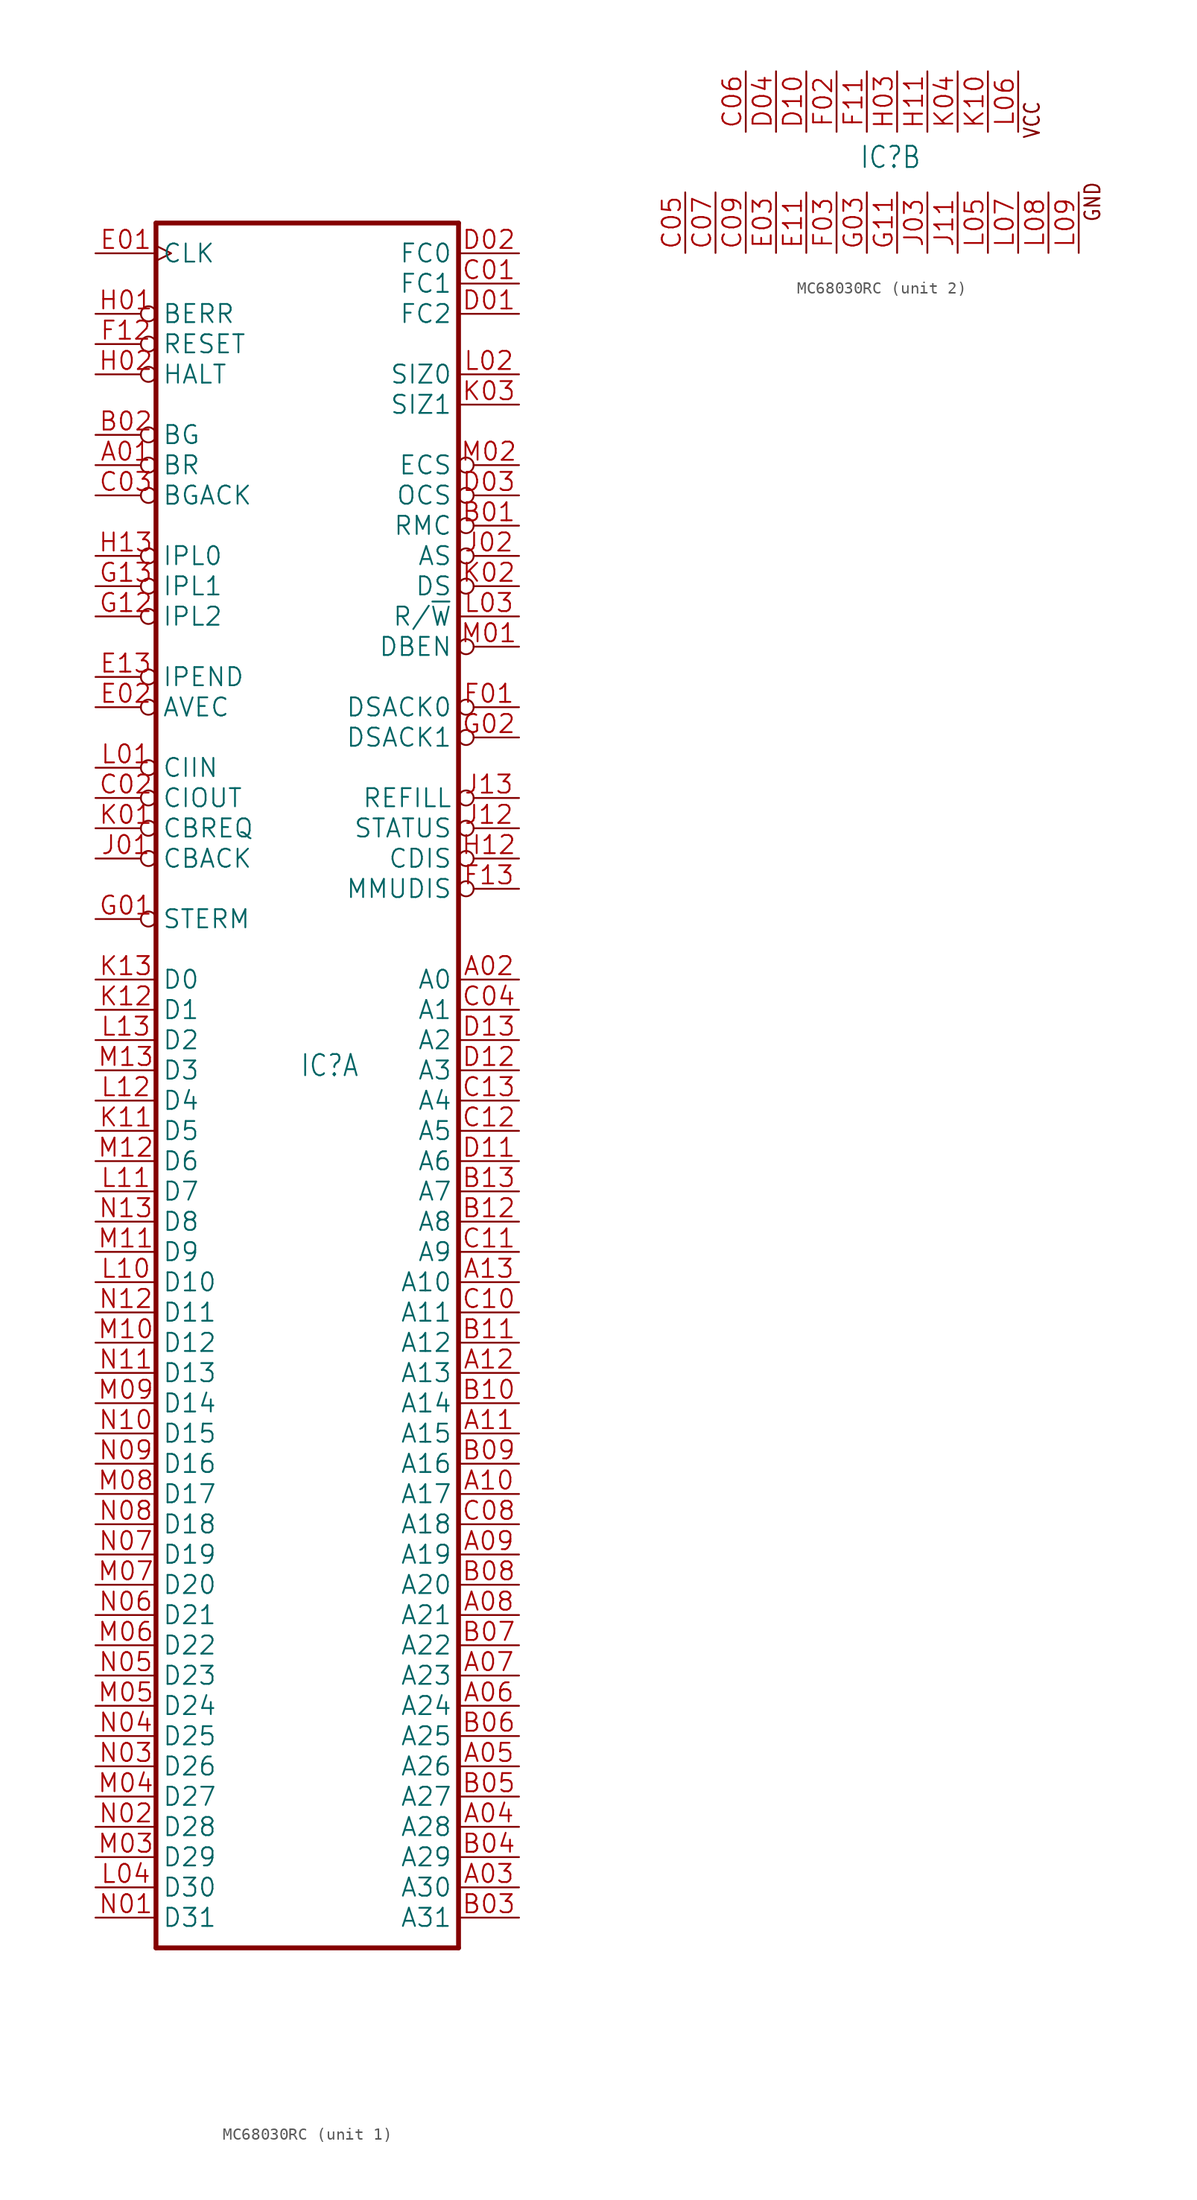
<source format=kicad_sym>
(kicad_symbol_lib
  (version 20241209)
  (generator "kicad_symbol_editor")
  (generator_version "9.0")
  (symbol "MC68030RC"
    (property "Reference" "IC"
      (at -0.635 -0.635 0)
      (effects (font (size 1.778 1.511)) (justify left bottom)))
    (property "ki_locked" ""
      (at 0 0 0)
      (effects (font (size 1.27 1.27))))
    (symbol "MC68030RC_1_0"
      (polyline (pts (xy -12.7 -73.66) (xy -12.7 71.12)) (stroke (width 0.406) (type solid)) (fill (type none)))
      (polyline (pts (xy -12.7 -73.66) (xy 12.7 -73.66)) (stroke (width 0.406) (type solid)) (fill (type none)))
      (polyline (pts (xy 12.7 71.12) (xy -12.7 71.12)) (stroke (width 0.406) (type solid)) (fill (type none)))
      (polyline (pts (xy 12.7 71.12) (xy 12.7 -73.66)) (stroke (width 0.406) (type solid)) (fill (type none)))
      (pin input clock (at -17.78 68.58 0) (length 5.08) (name "CLK" (effects (font (size 1.524 1.524)))) (number "E01" (effects (font (size 1.524 1.524)))))
      (pin input inverted (at -17.78 63.5 0) (length 5.08) (name "BERR" (effects (font (size 1.524 1.524)))) (number "H01" (effects (font (size 1.524 1.524)))))
      (pin bidirectional inverted (at -17.78 60.96 0) (length 5.08) (name "RESET" (effects (font (size 1.524 1.524)))) (number "F12" (effects (font (size 1.524 1.524)))))
      (pin input inverted (at -17.78 58.42 0) (length 5.08) (name "HALT" (effects (font (size 1.524 1.524)))) (number "H02" (effects (font (size 1.524 1.524)))))
      (pin output inverted (at -17.78 53.34 0) (length 5.08) (name "BG" (effects (font (size 1.524 1.524)))) (number "B02" (effects (font (size 1.524 1.524)))))
      (pin input inverted (at -17.78 50.8 0) (length 5.08) (name "BR" (effects (font (size 1.524 1.524)))) (number "A01" (effects (font (size 1.524 1.524)))))
      (pin input inverted (at -17.78 48.26 0) (length 5.08) (name "BGACK" (effects (font (size 1.524 1.524)))) (number "C03" (effects (font (size 1.524 1.524)))))
      (pin input inverted (at -17.78 43.18 0) (length 5.08) (name "IPL0" (effects (font (size 1.524 1.524)))) (number "H13" (effects (font (size 1.524 1.524)))))
      (pin input inverted (at -17.78 40.64 0) (length 5.08) (name "IPL1" (effects (font (size 1.524 1.524)))) (number "G13" (effects (font (size 1.524 1.524)))))
      (pin input inverted (at -17.78 38.1 0) (length 5.08) (name "IPL2" (effects (font (size 1.524 1.524)))) (number "G12" (effects (font (size 1.524 1.524)))))
      (pin output inverted (at -17.78 33.02 0) (length 5.08) (name "IPEND" (effects (font (size 1.524 1.524)))) (number "E13" (effects (font (size 1.524 1.524)))))
      (pin input inverted (at -17.78 30.48 0) (length 5.08) (name "AVEC" (effects (font (size 1.524 1.524)))) (number "E02" (effects (font (size 1.524 1.524)))))
      (pin input inverted (at -17.78 25.4 0) (length 5.08) (name "CIIN" (effects (font (size 1.524 1.524)))) (number "L01" (effects (font (size 1.524 1.524)))))
      (pin output inverted (at -17.78 22.86 0) (length 5.08) (name "CIOUT" (effects (font (size 1.524 1.524)))) (number "C02" (effects (font (size 1.524 1.524)))))
      (pin output inverted (at -17.78 20.32 0) (length 5.08) (name "CBREQ" (effects (font (size 1.524 1.524)))) (number "K01" (effects (font (size 1.524 1.524)))))
      (pin input inverted (at -17.78 17.78 0) (length 5.08) (name "CBACK" (effects (font (size 1.524 1.524)))) (number "J01" (effects (font (size 1.524 1.524)))))
      (pin input inverted (at -17.78 12.7 0) (length 5.08) (name "STERM" (effects (font (size 1.524 1.524)))) (number "G01" (effects (font (size 1.524 1.524)))))
      (pin bidirectional line (at -17.78 7.62 0) (length 5.08) (name "D0" (effects (font (size 1.524 1.524)))) (number "K13" (effects (font (size 1.524 1.524)))))
      (pin bidirectional line (at -17.78 5.08 0) (length 5.08) (name "D1" (effects (font (size 1.524 1.524)))) (number "K12" (effects (font (size 1.524 1.524)))))
      (pin bidirectional line (at -17.78 2.54 0) (length 5.08) (name "D2" (effects (font (size 1.524 1.524)))) (number "L13" (effects (font (size 1.524 1.524)))))
      (pin bidirectional line (at -17.78 0 0) (length 5.08) (name "D3" (effects (font (size 1.524 1.524)))) (number "M13" (effects (font (size 1.524 1.524)))))
      (pin bidirectional line (at -17.78 -2.54 0) (length 5.08) (name "D4" (effects (font (size 1.524 1.524)))) (number "L12" (effects (font (size 1.524 1.524)))))
      (pin bidirectional line (at -17.78 -5.08 0) (length 5.08) (name "D5" (effects (font (size 1.524 1.524)))) (number "K11" (effects (font (size 1.524 1.524)))))
      (pin bidirectional line (at -17.78 -7.62 0) (length 5.08) (name "D6" (effects (font (size 1.524 1.524)))) (number "M12" (effects (font (size 1.524 1.524)))))
      (pin bidirectional line (at -17.78 -10.16 0) (length 5.08) (name "D7" (effects (font (size 1.524 1.524)))) (number "L11" (effects (font (size 1.524 1.524)))))
      (pin bidirectional line (at -17.78 -12.7 0) (length 5.08) (name "D8" (effects (font (size 1.524 1.524)))) (number "N13" (effects (font (size 1.524 1.524)))))
      (pin bidirectional line (at -17.78 -15.24 0) (length 5.08) (name "D9" (effects (font (size 1.524 1.524)))) (number "M11" (effects (font (size 1.524 1.524)))))
      (pin bidirectional line (at -17.78 -17.78 0) (length 5.08) (name "D10" (effects (font (size 1.524 1.524)))) (number "L10" (effects (font (size 1.524 1.524)))))
      (pin bidirectional line (at -17.78 -20.32 0) (length 5.08) (name "D11" (effects (font (size 1.524 1.524)))) (number "N12" (effects (font (size 1.524 1.524)))))
      (pin bidirectional line (at -17.78 -22.86 0) (length 5.08) (name "D12" (effects (font (size 1.524 1.524)))) (number "M10" (effects (font (size 1.524 1.524)))))
      (pin bidirectional line (at -17.78 -25.4 0) (length 5.08) (name "D13" (effects (font (size 1.524 1.524)))) (number "N11" (effects (font (size 1.524 1.524)))))
      (pin bidirectional line (at -17.78 -27.94 0) (length 5.08) (name "D14" (effects (font (size 1.524 1.524)))) (number "M09" (effects (font (size 1.524 1.524)))))
      (pin bidirectional line (at -17.78 -30.48 0) (length 5.08) (name "D15" (effects (font (size 1.524 1.524)))) (number "N10" (effects (font (size 1.524 1.524)))))
      (pin bidirectional line (at -17.78 -33.02 0) (length 5.08) (name "D16" (effects (font (size 1.524 1.524)))) (number "N09" (effects (font (size 1.524 1.524)))))
      (pin bidirectional line (at -17.78 -35.56 0) (length 5.08) (name "D17" (effects (font (size 1.524 1.524)))) (number "M08" (effects (font (size 1.524 1.524)))))
      (pin bidirectional line (at -17.78 -38.1 0) (length 5.08) (name "D18" (effects (font (size 1.524 1.524)))) (number "N08" (effects (font (size 1.524 1.524)))))
      (pin bidirectional line (at -17.78 -40.64 0) (length 5.08) (name "D19" (effects (font (size 1.524 1.524)))) (number "N07" (effects (font (size 1.524 1.524)))))
      (pin bidirectional line (at -17.78 -43.18 0) (length 5.08) (name "D20" (effects (font (size 1.524 1.524)))) (number "M07" (effects (font (size 1.524 1.524)))))
      (pin bidirectional line (at -17.78 -45.72 0) (length 5.08) (name "D21" (effects (font (size 1.524 1.524)))) (number "N06" (effects (font (size 1.524 1.524)))))
      (pin bidirectional line (at -17.78 -48.26 0) (length 5.08) (name "D22" (effects (font (size 1.524 1.524)))) (number "M06" (effects (font (size 1.524 1.524)))))
      (pin bidirectional line (at -17.78 -50.8 0) (length 5.08) (name "D23" (effects (font (size 1.524 1.524)))) (number "N05" (effects (font (size 1.524 1.524)))))
      (pin bidirectional line (at -17.78 -53.34 0) (length 5.08) (name "D24" (effects (font (size 1.524 1.524)))) (number "M05" (effects (font (size 1.524 1.524)))))
      (pin bidirectional line (at -17.78 -55.88 0) (length 5.08) (name "D25" (effects (font (size 1.524 1.524)))) (number "N04" (effects (font (size 1.524 1.524)))))
      (pin bidirectional line (at -17.78 -58.42 0) (length 5.08) (name "D26" (effects (font (size 1.524 1.524)))) (number "N03" (effects (font (size 1.524 1.524)))))
      (pin bidirectional line (at -17.78 -60.96 0) (length 5.08) (name "D27" (effects (font (size 1.524 1.524)))) (number "M04" (effects (font (size 1.524 1.524)))))
      (pin bidirectional line (at -17.78 -63.5 0) (length 5.08) (name "D28" (effects (font (size 1.524 1.524)))) (number "N02" (effects (font (size 1.524 1.524)))))
      (pin bidirectional line (at -17.78 -66.04 0) (length 5.08) (name "D29" (effects (font (size 1.524 1.524)))) (number "M03" (effects (font (size 1.524 1.524)))))
      (pin bidirectional line (at -17.78 -68.58 0) (length 5.08) (name "D30" (effects (font (size 1.524 1.524)))) (number "L04" (effects (font (size 1.524 1.524)))))
      (pin bidirectional line (at -17.78 -71.12 0) (length 5.08) (name "D31" (effects (font (size 1.524 1.524)))) (number "N01" (effects (font (size 1.524 1.524)))))
      (pin output line (at 17.78 68.58 180) (length 5.08) (name "FC0" (effects (font (size 1.524 1.524)))) (number "D02" (effects (font (size 1.524 1.524)))))
      (pin output line (at 17.78 66.04 180) (length 5.08) (name "FC1" (effects (font (size 1.524 1.524)))) (number "C01" (effects (font (size 1.524 1.524)))))
      (pin output line (at 17.78 63.5 180) (length 5.08) (name "FC2" (effects (font (size 1.524 1.524)))) (number "D01" (effects (font (size 1.524 1.524)))))
      (pin output line (at 17.78 58.42 180) (length 5.08) (name "SIZ0" (effects (font (size 1.524 1.524)))) (number "L02" (effects (font (size 1.524 1.524)))))
      (pin output line (at 17.78 55.88 180) (length 5.08) (name "SIZ1" (effects (font (size 1.524 1.524)))) (number "K03" (effects (font (size 1.524 1.524)))))
      (pin output inverted (at 17.78 50.8 180) (length 5.08) (name "ECS" (effects (font (size 1.524 1.524)))) (number "M02" (effects (font (size 1.524 1.524)))))
      (pin output inverted (at 17.78 48.26 180) (length 5.08) (name "OCS" (effects (font (size 1.524 1.524)))) (number "D03" (effects (font (size 1.524 1.524)))))
      (pin output inverted (at 17.78 45.72 180) (length 5.08) (name "RMC" (effects (font (size 1.524 1.524)))) (number "B01" (effects (font (size 1.524 1.524)))))
      (pin output inverted (at 17.78 43.18 180) (length 5.08) (name "AS" (effects (font (size 1.524 1.524)))) (number "J02" (effects (font (size 1.524 1.524)))))
      (pin output inverted (at 17.78 40.64 180) (length 5.08) (name "DS" (effects (font (size 1.524 1.524)))) (number "K02" (effects (font (size 1.524 1.524)))))
      (pin output line (at 17.78 38.1 180) (length 5.08) (name "R/~{W}" (effects (font (size 1.524 1.524)))) (number "L03" (effects (font (size 1.524 1.524)))))
      (pin output inverted (at 17.78 35.56 180) (length 5.08) (name "DBEN" (effects (font (size 1.524 1.524)))) (number "M01" (effects (font (size 1.524 1.524)))))
      (pin input inverted (at 17.78 30.48 180) (length 5.08) (name "DSACK0" (effects (font (size 1.524 1.524)))) (number "F01" (effects (font (size 1.524 1.524)))))
      (pin input inverted (at 17.78 27.94 180) (length 5.08) (name "DSACK1" (effects (font (size 1.524 1.524)))) (number "G02" (effects (font (size 1.524 1.524)))))
      (pin output inverted (at 17.78 22.86 180) (length 5.08) (name "REFILL" (effects (font (size 1.524 1.524)))) (number "J13" (effects (font (size 1.524 1.524)))))
      (pin output inverted (at 17.78 20.32 180) (length 5.08) (name "STATUS" (effects (font (size 1.524 1.524)))) (number "J12" (effects (font (size 1.524 1.524)))))
      (pin input inverted (at 17.78 17.78 180) (length 5.08) (name "CDIS" (effects (font (size 1.524 1.524)))) (number "H12" (effects (font (size 1.524 1.524)))))
      (pin input inverted (at 17.78 15.24 180) (length 5.08) (name "MMUDIS" (effects (font (size 1.524 1.524)))) (number "F13" (effects (font (size 1.524 1.524)))))
      (pin output line (at 17.78 7.62 180) (length 5.08) (name "A0" (effects (font (size 1.524 1.524)))) (number "A02" (effects (font (size 1.524 1.524)))))
      (pin output line (at 17.78 5.08 180) (length 5.08) (name "A1" (effects (font (size 1.524 1.524)))) (number "C04" (effects (font (size 1.524 1.524)))))
      (pin output line (at 17.78 2.54 180) (length 5.08) (name "A2" (effects (font (size 1.524 1.524)))) (number "D13" (effects (font (size 1.524 1.524)))))
      (pin output line (at 17.78 0 180) (length 5.08) (name "A3" (effects (font (size 1.524 1.524)))) (number "D12" (effects (font (size 1.524 1.524)))))
      (pin output line (at 17.78 -2.54 180) (length 5.08) (name "A4" (effects (font (size 1.524 1.524)))) (number "C13" (effects (font (size 1.524 1.524)))))
      (pin output line (at 17.78 -5.08 180) (length 5.08) (name "A5" (effects (font (size 1.524 1.524)))) (number "C12" (effects (font (size 1.524 1.524)))))
      (pin output line (at 17.78 -7.62 180) (length 5.08) (name "A6" (effects (font (size 1.524 1.524)))) (number "D11" (effects (font (size 1.524 1.524)))))
      (pin output line (at 17.78 -10.16 180) (length 5.08) (name "A7" (effects (font (size 1.524 1.524)))) (number "B13" (effects (font (size 1.524 1.524)))))
      (pin output line (at 17.78 -12.7 180) (length 5.08) (name "A8" (effects (font (size 1.524 1.524)))) (number "B12" (effects (font (size 1.524 1.524)))))
      (pin output line (at 17.78 -15.24 180) (length 5.08) (name "A9" (effects (font (size 1.524 1.524)))) (number "C11" (effects (font (size 1.524 1.524)))))
      (pin output line (at 17.78 -17.78 180) (length 5.08) (name "A10" (effects (font (size 1.524 1.524)))) (number "A13" (effects (font (size 1.524 1.524)))))
      (pin output line (at 17.78 -20.32 180) (length 5.08) (name "A11" (effects (font (size 1.524 1.524)))) (number "C10" (effects (font (size 1.524 1.524)))))
      (pin output line (at 17.78 -22.86 180) (length 5.08) (name "A12" (effects (font (size 1.524 1.524)))) (number "B11" (effects (font (size 1.524 1.524)))))
      (pin output line (at 17.78 -25.4 180) (length 5.08) (name "A13" (effects (font (size 1.524 1.524)))) (number "A12" (effects (font (size 1.524 1.524)))))
      (pin output line (at 17.78 -27.94 180) (length 5.08) (name "A14" (effects (font (size 1.524 1.524)))) (number "B10" (effects (font (size 1.524 1.524)))))
      (pin output line (at 17.78 -30.48 180) (length 5.08) (name "A15" (effects (font (size 1.524 1.524)))) (number "A11" (effects (font (size 1.524 1.524)))))
      (pin output line (at 17.78 -33.02 180) (length 5.08) (name "A16" (effects (font (size 1.524 1.524)))) (number "B09" (effects (font (size 1.524 1.524)))))
      (pin output line (at 17.78 -35.56 180) (length 5.08) (name "A17" (effects (font (size 1.524 1.524)))) (number "A10" (effects (font (size 1.524 1.524)))))
      (pin output line (at 17.78 -38.1 180) (length 5.08) (name "A18" (effects (font (size 1.524 1.524)))) (number "C08" (effects (font (size 1.524 1.524)))))
      (pin output line (at 17.78 -40.64 180) (length 5.08) (name "A19" (effects (font (size 1.524 1.524)))) (number "A09" (effects (font (size 1.524 1.524)))))
      (pin output line (at 17.78 -43.18 180) (length 5.08) (name "A20" (effects (font (size 1.524 1.524)))) (number "B08" (effects (font (size 1.524 1.524)))))
      (pin output line (at 17.78 -45.72 180) (length 5.08) (name "A21" (effects (font (size 1.524 1.524)))) (number "A08" (effects (font (size 1.524 1.524)))))
      (pin output line (at 17.78 -48.26 180) (length 5.08) (name "A22" (effects (font (size 1.524 1.524)))) (number "B07" (effects (font (size 1.524 1.524)))))
      (pin output line (at 17.78 -50.8 180) (length 5.08) (name "A23" (effects (font (size 1.524 1.524)))) (number "A07" (effects (font (size 1.524 1.524)))))
      (pin output line (at 17.78 -53.34 180) (length 5.08) (name "A24" (effects (font (size 1.524 1.524)))) (number "A06" (effects (font (size 1.524 1.524)))))
      (pin output line (at 17.78 -55.88 180) (length 5.08) (name "A25" (effects (font (size 1.524 1.524)))) (number "B06" (effects (font (size 1.524 1.524)))))
      (pin output line (at 17.78 -58.42 180) (length 5.08) (name "A26" (effects (font (size 1.524 1.524)))) (number "A05" (effects (font (size 1.524 1.524)))))
      (pin output line (at 17.78 -60.96 180) (length 5.08) (name "A27" (effects (font (size 1.524 1.524)))) (number "B05" (effects (font (size 1.524 1.524)))))
      (pin output line (at 17.78 -63.5 180) (length 5.08) (name "A28" (effects (font (size 1.524 1.524)))) (number "A04" (effects (font (size 1.524 1.524)))))
      (pin output line (at 17.78 -66.04 180) (length 5.08) (name "A29" (effects (font (size 1.524 1.524)))) (number "B04" (effects (font (size 1.524 1.524)))))
      (pin output line (at 17.78 -68.58 180) (length 5.08) (name "A30" (effects (font (size 1.524 1.524)))) (number "A03" (effects (font (size 1.524 1.524)))))
      (pin output line (at 17.78 -71.12 180) (length 5.08) (name "A31" (effects (font (size 1.524 1.524)))) (number "B03" (effects (font (size 1.524 1.524))))))
    (symbol "MC68030RC_2_0"
      (text "VCC" (at 14.605 1.905 900) (effects (font (size 1.27 1.079)) (justify left bottom)))
      (text "GND" (at 19.685 -5.08 900) (effects (font (size 1.27 1.079)) (justify left bottom)))
      (pin power_in line (at -15.24 -7.62 90) (length 5.08) (name "GND@1" (effects (font (size 0 0)))) (number "C05" (effects (font (size 1.524 1.524)))))
      (pin power_in line (at -12.7 -7.62 90) (length 5.08) (name "GND@2" (effects (font (size 0 0)))) (number "C07" (effects (font (size 1.524 1.524)))))
      (pin power_in line (at -10.16 7.62 270) (length 5.08) (name "VCC@1" (effects (font (size 0 0)))) (number "C06" (effects (font (size 1.524 1.524)))))
      (pin power_in line (at -10.16 -7.62 90) (length 5.08) (name "GND@3" (effects (font (size 0 0)))) (number "C09" (effects (font (size 1.524 1.524)))))
      (pin power_in line (at -7.62 7.62 270) (length 5.08) (name "VCC@2" (effects (font (size 0 0)))) (number "D04" (effects (font (size 1.524 1.524)))))
      (pin power_in line (at -7.62 -7.62 90) (length 5.08) (name "GND@4" (effects (font (size 0 0)))) (number "E03" (effects (font (size 1.524 1.524)))))
      (pin power_in line (at -5.08 7.62 270) (length 5.08) (name "VCC@3" (effects (font (size 0 0)))) (number "D10" (effects (font (size 1.524 1.524)))))
      (pin power_in line (at -5.08 -7.62 90) (length 5.08) (name "GND@5" (effects (font (size 0 0)))) (number "E11" (effects (font (size 1.524 1.524)))))
      (pin power_in line (at -2.54 7.62 270) (length 5.08) (name "VCC@4" (effects (font (size 0 0)))) (number "F02" (effects (font (size 1.524 1.524)))))
      (pin power_in line (at -2.54 -7.62 90) (length 5.08) (name "GND@6" (effects (font (size 0 0)))) (number "F03" (effects (font (size 1.524 1.524)))))
      (pin power_in line (at 0 7.62 270) (length 5.08) (name "VCC@5" (effects (font (size 0 0)))) (number "F11" (effects (font (size 1.524 1.524)))))
      (pin power_in line (at 0 -7.62 90) (length 5.08) (name "GND@7" (effects (font (size 0 0)))) (number "G03" (effects (font (size 1.524 1.524)))))
      (pin power_in line (at 2.54 7.62 270) (length 5.08) (name "VCC@6" (effects (font (size 0 0)))) (number "H03" (effects (font (size 1.524 1.524)))))
      (pin power_in line (at 2.54 -7.62 90) (length 5.08) (name "GND@8" (effects (font (size 0 0)))) (number "G11" (effects (font (size 1.524 1.524)))))
      (pin power_in line (at 5.08 7.62 270) (length 5.08) (name "VCC@7" (effects (font (size 0 0)))) (number "H11" (effects (font (size 1.524 1.524)))))
      (pin power_in line (at 5.08 -7.62 90) (length 5.08) (name "GND@9" (effects (font (size 0 0)))) (number "J03" (effects (font (size 1.524 1.524)))))
      (pin power_in line (at 7.62 7.62 270) (length 5.08) (name "VCC@8" (effects (font (size 0 0)))) (number "K04" (effects (font (size 1.524 1.524)))))
      (pin power_in line (at 7.62 -7.62 90) (length 5.08) (name "GND@10" (effects (font (size 0 0)))) (number "J11" (effects (font (size 1.524 1.524)))))
      (pin power_in line (at 10.16 7.62 270) (length 5.08) (name "VCC@9" (effects (font (size 0 0)))) (number "K10" (effects (font (size 1.524 1.524)))))
      (pin power_in line (at 10.16 -7.62 90) (length 5.08) (name "GND@11" (effects (font (size 0 0)))) (number "L05" (effects (font (size 1.524 1.524)))))
      (pin power_in line (at 12.7 7.62 270) (length 5.08) (name "VCC@10" (effects (font (size 0 0)))) (number "L06" (effects (font (size 1.524 1.524)))))
      (pin power_in line (at 12.7 -7.62 90) (length 5.08) (name "GND@12" (effects (font (size 0 0)))) (number "L07" (effects (font (size 1.524 1.524)))))
      (pin power_in line (at 15.24 -7.62 90) (length 5.08) (name "GND@13" (effects (font (size 0 0)))) (number "L08" (effects (font (size 1.524 1.524)))))
      (pin power_in line (at 17.78 -7.62 90) (length 5.08) (name "GND@14" (effects (font (size 0 0)))) (number "L09" (effects (font (size 1.524 1.524))))))))
</source>
